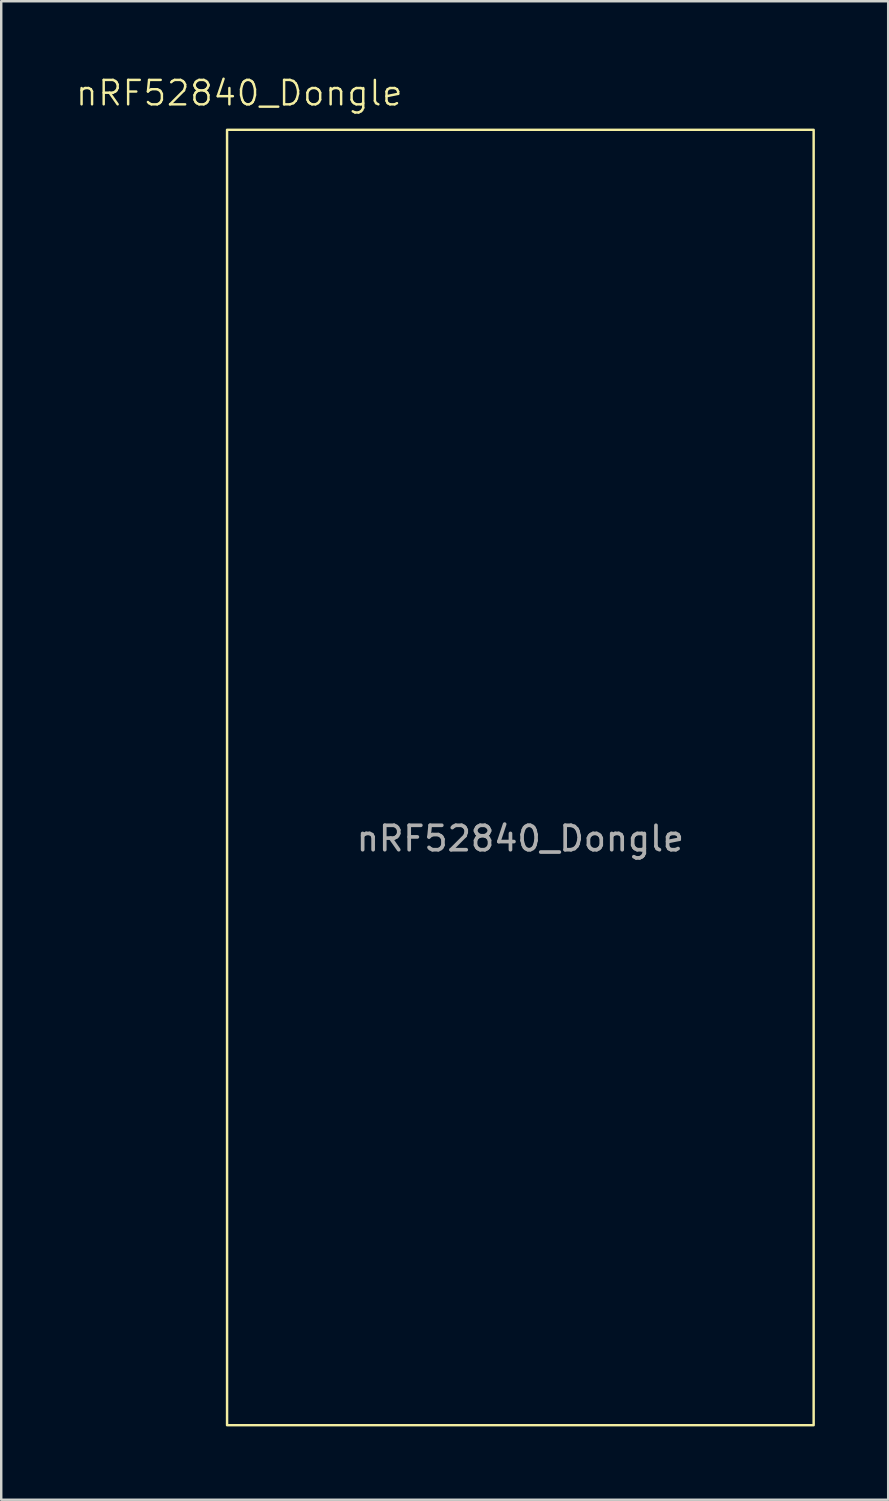
<source format=kicad_pcb>
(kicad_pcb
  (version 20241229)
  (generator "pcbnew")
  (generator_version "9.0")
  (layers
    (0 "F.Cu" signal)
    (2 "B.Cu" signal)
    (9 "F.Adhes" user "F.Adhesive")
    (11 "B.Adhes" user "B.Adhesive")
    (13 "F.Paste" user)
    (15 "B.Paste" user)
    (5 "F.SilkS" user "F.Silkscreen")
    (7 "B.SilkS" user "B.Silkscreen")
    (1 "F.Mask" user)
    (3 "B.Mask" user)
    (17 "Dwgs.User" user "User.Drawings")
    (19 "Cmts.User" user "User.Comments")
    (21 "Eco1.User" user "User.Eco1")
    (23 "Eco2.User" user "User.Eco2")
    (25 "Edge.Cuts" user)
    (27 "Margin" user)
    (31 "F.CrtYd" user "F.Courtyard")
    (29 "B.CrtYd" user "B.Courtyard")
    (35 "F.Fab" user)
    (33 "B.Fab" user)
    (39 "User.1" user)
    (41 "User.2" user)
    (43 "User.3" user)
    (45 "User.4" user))
  (footprint "nRF52840_Dongle"
    (layer "F.Cu")
    (at 18.24 28.761)
    (property "Reference" "nRF52840_Dongle" (at -11.5 -28 0) (unlocked yes) (layer "F.SilkS") (effects (font (size 1 1) (thickness 0.1))))
    (attr smd)
    (fp_rect (start -12 -26.5) (end 12 26.5) (stroke (width 0.1) (type default)) (fill no) (layer "F.SilkS"))
    (fp_text user "${REFERENCE}" (at 0 2.5 0) (unlocked yes) (layer "F.Fab") (effects (font (size 1 1) (thickness 0.15)))))
  (gr_rect
    (start -3 -3)
    (end 33.29 58.31)
    (stroke (width 0.1) (type default))
    (fill no)
    (layer "Edge.Cuts")))
</source>
